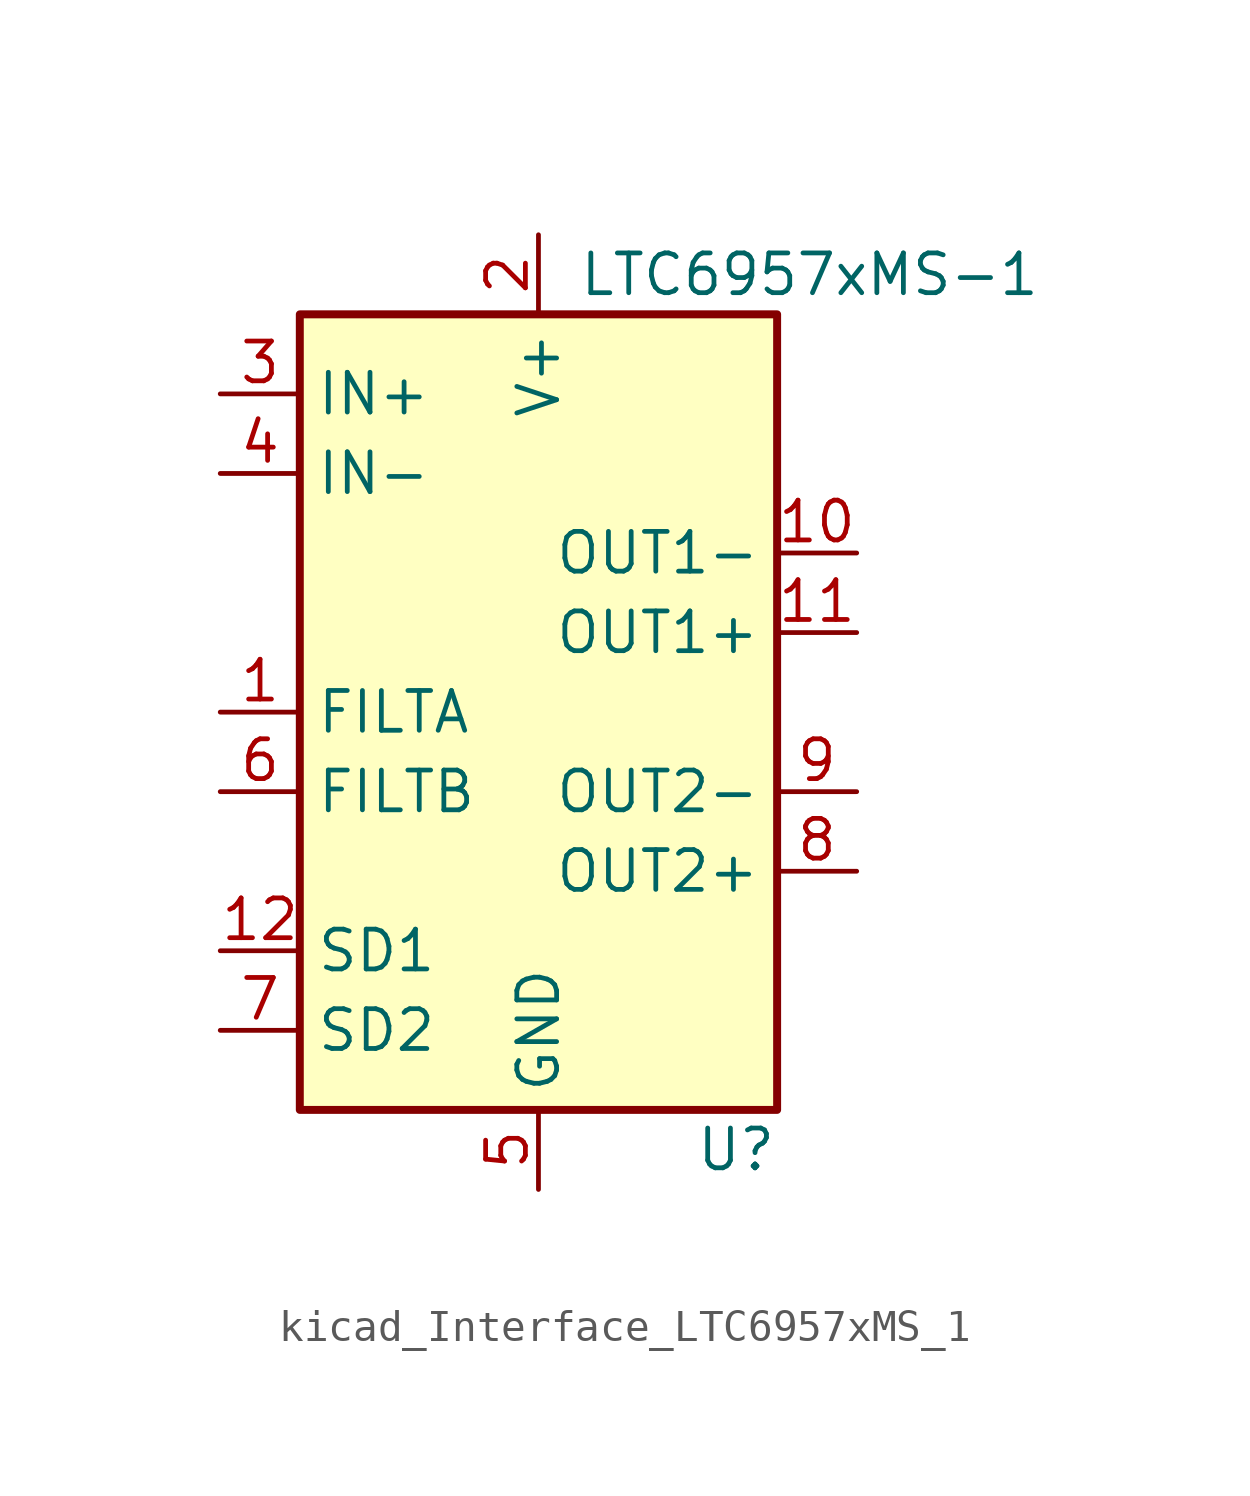
<source format=kicad_sym>
(kicad_symbol_lib
  (version 20220914)
  (generator kicad_symbol_editor)
  (symbol "kicad_Interface_LTC6957xMS_1"
    (property "Reference" "U"
      (at 7.62 -13.97 0)
      (effects (font (size 1.27 1.27)) (justify right)))
    (property "Value" "LTC6957xMS-1"
      (at 1.27 13.97 0)
      (effects (font (size 1.27 1.27)) (justify left)))
    (symbol "kicad_Interface_LTC6957xMS_1_0_1"
      (rectangle (start -7.62 12.7) (end 7.62 -12.7) (stroke (width 0.254) (type default)) (fill (type background))))
    (symbol "kicad_Interface_LTC6957xMS_1_1_1"
      (pin input line (at -10.16 0 0) (length 2.54) (name "FILTA" (effects (font (size 1.27 1.27)))) (number "1" (effects (font (size 1.27 1.27)))))
      (pin open_emitter line (at 10.16 5.08 180) (length 2.54) (name "OUT1-" (effects (font (size 1.27 1.27)))) (number "10" (effects (font (size 1.27 1.27)))))
      (pin open_emitter line (at 10.16 2.54 180) (length 2.54) (name "OUT1+" (effects (font (size 1.27 1.27)))) (number "11" (effects (font (size 1.27 1.27)))))
      (pin input line (at -10.16 -7.62 0) (length 2.54) (name "SD1" (effects (font (size 1.27 1.27)))) (number "12" (effects (font (size 1.27 1.27)))))
      (pin power_in line (at 0 15.24 270) (length 2.54) (name "V+" (effects (font (size 1.27 1.27)))) (number "2" (effects (font (size 1.27 1.27)))))
      (pin input line (at -10.16 10.16 0) (length 2.54) (name "IN+" (effects (font (size 1.27 1.27)))) (number "3" (effects (font (size 1.27 1.27)))))
      (pin input line (at -10.16 7.62 0) (length 2.54) (name "IN-" (effects (font (size 1.27 1.27)))) (number "4" (effects (font (size 1.27 1.27)))))
      (pin power_in line (at 0 -15.24 90) (length 2.54) (name "GND" (effects (font (size 1.27 1.27)))) (number "5" (effects (font (size 1.27 1.27)))))
      (pin input line (at -10.16 -2.54 0) (length 2.54) (name "FILTB" (effects (font (size 1.27 1.27)))) (number "6" (effects (font (size 1.27 1.27)))))
      (pin input line (at -10.16 -10.16 0) (length 2.54) (name "SD2" (effects (font (size 1.27 1.27)))) (number "7" (effects (font (size 1.27 1.27)))))
      (pin open_emitter line (at 10.16 -5.08 180) (length 2.54) (name "OUT2+" (effects (font (size 1.27 1.27)))) (number "8" (effects (font (size 1.27 1.27)))))
      (pin open_emitter line (at 10.16 -2.54 180) (length 2.54) (name "OUT2-" (effects (font (size 1.27 1.27)))) (number "9" (effects (font (size 1.27 1.27))))))))
</source>
